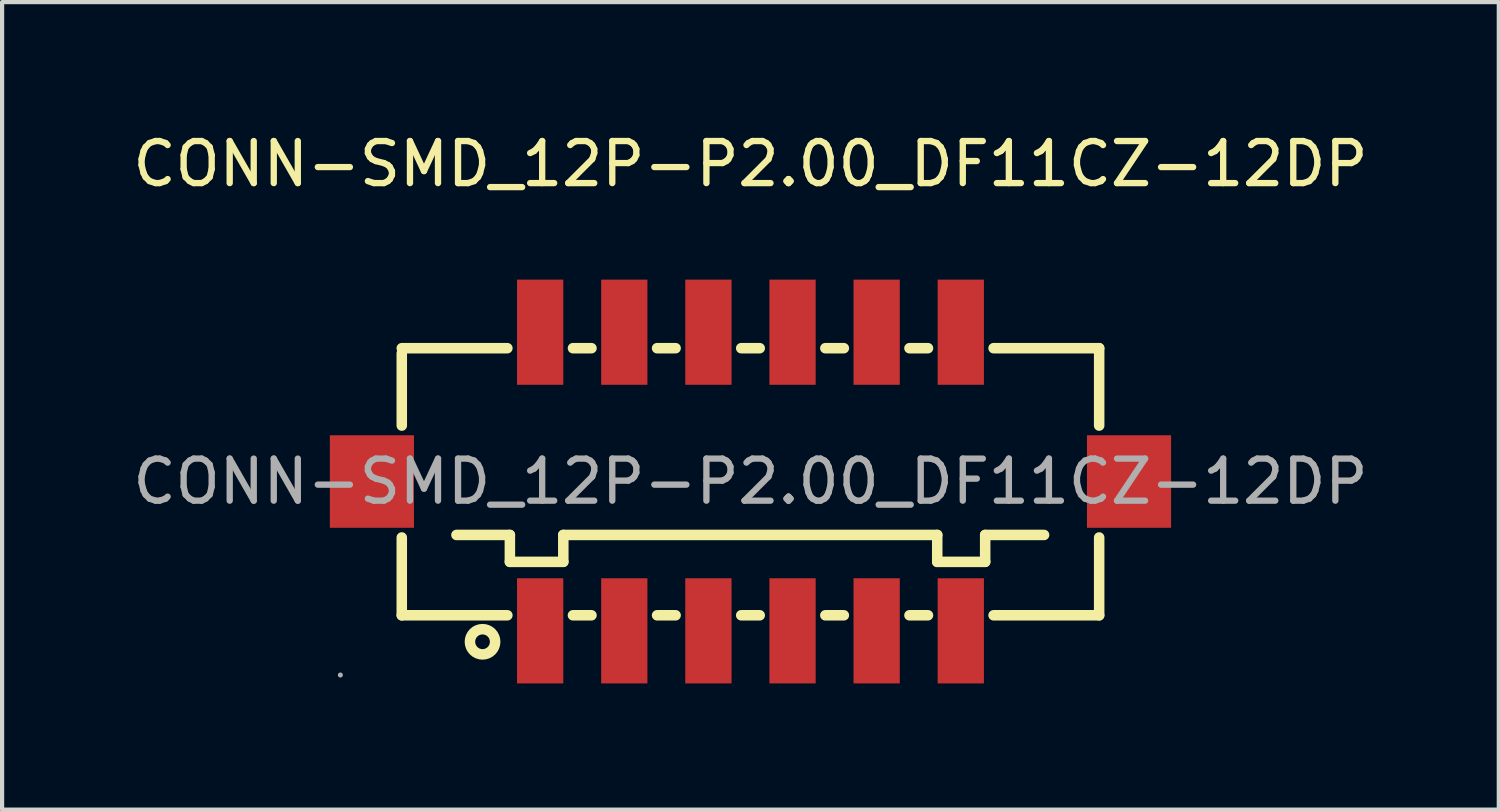
<source format=kicad_pcb>
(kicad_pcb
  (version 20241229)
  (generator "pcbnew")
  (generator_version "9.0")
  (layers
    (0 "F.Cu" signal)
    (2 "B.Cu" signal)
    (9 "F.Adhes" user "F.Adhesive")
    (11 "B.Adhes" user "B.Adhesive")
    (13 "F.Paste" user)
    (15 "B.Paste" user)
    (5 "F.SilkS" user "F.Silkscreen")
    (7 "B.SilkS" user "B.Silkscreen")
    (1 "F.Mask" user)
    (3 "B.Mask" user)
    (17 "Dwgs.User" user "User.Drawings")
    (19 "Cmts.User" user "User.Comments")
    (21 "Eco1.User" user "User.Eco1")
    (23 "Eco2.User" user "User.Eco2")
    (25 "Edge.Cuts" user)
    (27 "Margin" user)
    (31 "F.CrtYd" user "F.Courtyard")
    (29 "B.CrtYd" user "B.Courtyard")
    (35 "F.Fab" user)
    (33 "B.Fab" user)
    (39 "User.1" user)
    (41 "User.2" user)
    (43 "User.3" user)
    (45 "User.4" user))
  (footprint "CONN-SMD_12P-P2.00_DF11CZ-12DP"
    (layer "F.Cu")
    (at 14.792 8.398)
    (property "Reference" "CONN-SMD_12P-P2.00_DF11CZ-12DP" (at 0 -7.55 0) (layer "F.SilkS") (effects (font (size 1 1) (thickness 0.15))))
    (attr smd)
    (fp_line (start -8.29 -3.05) (end -8.29 -1.33) (stroke (width 0.25) (type solid)) (layer "F.SilkS"))
    (fp_line (start -8.29 1.33) (end -8.29 3.18) (stroke (width 0.25) (type solid)) (layer "F.SilkS"))
    (fp_line (start -8.29 3.18) (end -5.78 3.18) (stroke (width 0.25) (type solid)) (layer "F.SilkS"))
    (fp_line (start -6.99 1.27) (end -5.72 1.27) (stroke (width 0.25) (type solid)) (layer "F.SilkS"))
    (fp_line (start -5.78 -3.17) (end -8.29 -3.17) (stroke (width 0.25) (type solid)) (layer "F.SilkS"))
    (fp_line (start -5.72 1.27) (end -5.72 1.91) (stroke (width 0.25) (type solid)) (layer "F.SilkS"))
    (fp_line (start -5.72 1.91) (end -4.45 1.91) (stroke (width 0.25) (type solid)) (layer "F.SilkS"))
    (fp_line (start -4.45 1.27) (end 4.44 1.27) (stroke (width 0.25) (type solid)) (layer "F.SilkS"))
    (fp_line (start -4.45 1.91) (end -4.45 1.27) (stroke (width 0.25) (type solid)) (layer "F.SilkS"))
    (fp_line (start -4.22 3.18) (end -3.78 3.18) (stroke (width 0.25) (type solid)) (layer "F.SilkS"))
    (fp_line (start -3.78 -3.17) (end -4.22 -3.17) (stroke (width 0.25) (type solid)) (layer "F.SilkS"))
    (fp_line (start -2.22 3.18) (end -1.78 3.18) (stroke (width 0.25) (type solid)) (layer "F.SilkS"))
    (fp_line (start -1.78 -3.17) (end -2.22 -3.17) (stroke (width 0.25) (type solid)) (layer "F.SilkS"))
    (fp_line (start -0.22 3.18) (end 0.22 3.18) (stroke (width 0.25) (type solid)) (layer "F.SilkS"))
    (fp_line (start 0.22 -3.17) (end -0.22 -3.17) (stroke (width 0.25) (type solid)) (layer "F.SilkS"))
    (fp_line (start 1.78 3.18) (end 2.22 3.18) (stroke (width 0.25) (type solid)) (layer "F.SilkS"))
    (fp_line (start 2.22 -3.17) (end 1.78 -3.17) (stroke (width 0.25) (type solid)) (layer "F.SilkS"))
    (fp_line (start 3.78 3.18) (end 4.22 3.18) (stroke (width 0.25) (type solid)) (layer "F.SilkS"))
    (fp_line (start 4.22 -3.17) (end 3.78 -3.17) (stroke (width 0.25) (type solid)) (layer "F.SilkS"))
    (fp_line (start 4.44 1.27) (end 4.44 1.91) (stroke (width 0.25) (type solid)) (layer "F.SilkS"))
    (fp_line (start 4.44 1.91) (end 5.58 1.91) (stroke (width 0.25) (type solid)) (layer "F.SilkS"))
    (fp_line (start 5.58 1.27) (end 6.98 1.27) (stroke (width 0.25) (type solid)) (layer "F.SilkS"))
    (fp_line (start 5.58 1.91) (end 5.58 1.27) (stroke (width 0.25) (type solid)) (layer "F.SilkS"))
    (fp_line (start 5.78 -3.17) (end 8.29 -3.17) (stroke (width 0.25) (type solid)) (layer "F.SilkS"))
    (fp_line (start 5.78 3.18) (end 8.29 3.18) (stroke (width 0.25) (type solid)) (layer "F.SilkS"))
    (fp_line (start 8.29 -1.33) (end 8.29 -3.17) (stroke (width 0.25) (type solid)) (layer "F.SilkS"))
    (fp_line (start 8.29 3.18) (end 8.29 1.33) (stroke (width 0.25) (type solid)) (layer "F.SilkS"))
    (fp_circle (center -6.37 3.81) (end -6.07 3.81) (stroke (width 0.25) (type solid)) (fill no) (layer "F.SilkS"))
    (fp_circle (center -9.75 4.6) (end -9.72 4.6) (stroke (width 0.06) (type solid)) (fill no) (layer "F.Fab"))
    (fp_text user "${REFERENCE}" (at 0 0 0) (layer "F.Fab") (effects (font (size 1 1) (thickness 0.15))))
    (pad "1" smd rect (at -5 3.55 180) (size 1.1 2.5) (layers "F.Cu" "F.Mask" "F.Paste"))
    (pad "2" smd rect (at -5 -3.55 180) (size 1.1 2.5) (layers "F.Cu" "F.Mask" "F.Paste"))
    (pad "3" smd rect (at -3 3.55 180) (size 1.1 2.5) (layers "F.Cu" "F.Mask" "F.Paste"))
    (pad "4" smd rect (at -3 -3.55 180) (size 1.1 2.5) (layers "F.Cu" "F.Mask" "F.Paste"))
    (pad "5" smd rect (at -1 3.55 180) (size 1.1 2.5) (layers "F.Cu" "F.Mask" "F.Paste"))
    (pad "6" smd rect (at -1 -3.55 180) (size 1.1 2.5) (layers "F.Cu" "F.Mask" "F.Paste"))
    (pad "7" smd rect (at 1 3.55 180) (size 1.1 2.5) (layers "F.Cu" "F.Mask" "F.Paste"))
    (pad "8" smd rect (at 1 -3.55 180) (size 1.1 2.5) (layers "F.Cu" "F.Mask" "F.Paste"))
    (pad "9" smd rect (at 3 3.55 180) (size 1.1 2.5) (layers "F.Cu" "F.Mask" "F.Paste"))
    (pad "10" smd rect (at 3 -3.55 180) (size 1.1 2.5) (layers "F.Cu" "F.Mask" "F.Paste"))
    (pad "11" smd rect (at 5 3.55 180) (size 1.1 2.5) (layers "F.Cu" "F.Mask" "F.Paste"))
    (pad "12" smd rect (at 5 -3.55 180) (size 1.1 2.5) (layers "F.Cu" "F.Mask" "F.Paste"))
    (pad "13" smd rect (at 9 0 180) (size 2 2.2) (layers "F.Cu" "F.Mask" "F.Paste"))
    (pad "14" smd rect (at -9 0 180) (size 2 2.2) (layers "F.Cu" "F.Mask" "F.Paste")))
  (gr_rect
    (start -3 -3)
    (end 32.583 16.198)
    (stroke (width 0.1) (type default))
    (fill no)
    (layer "Edge.Cuts")))
</source>
